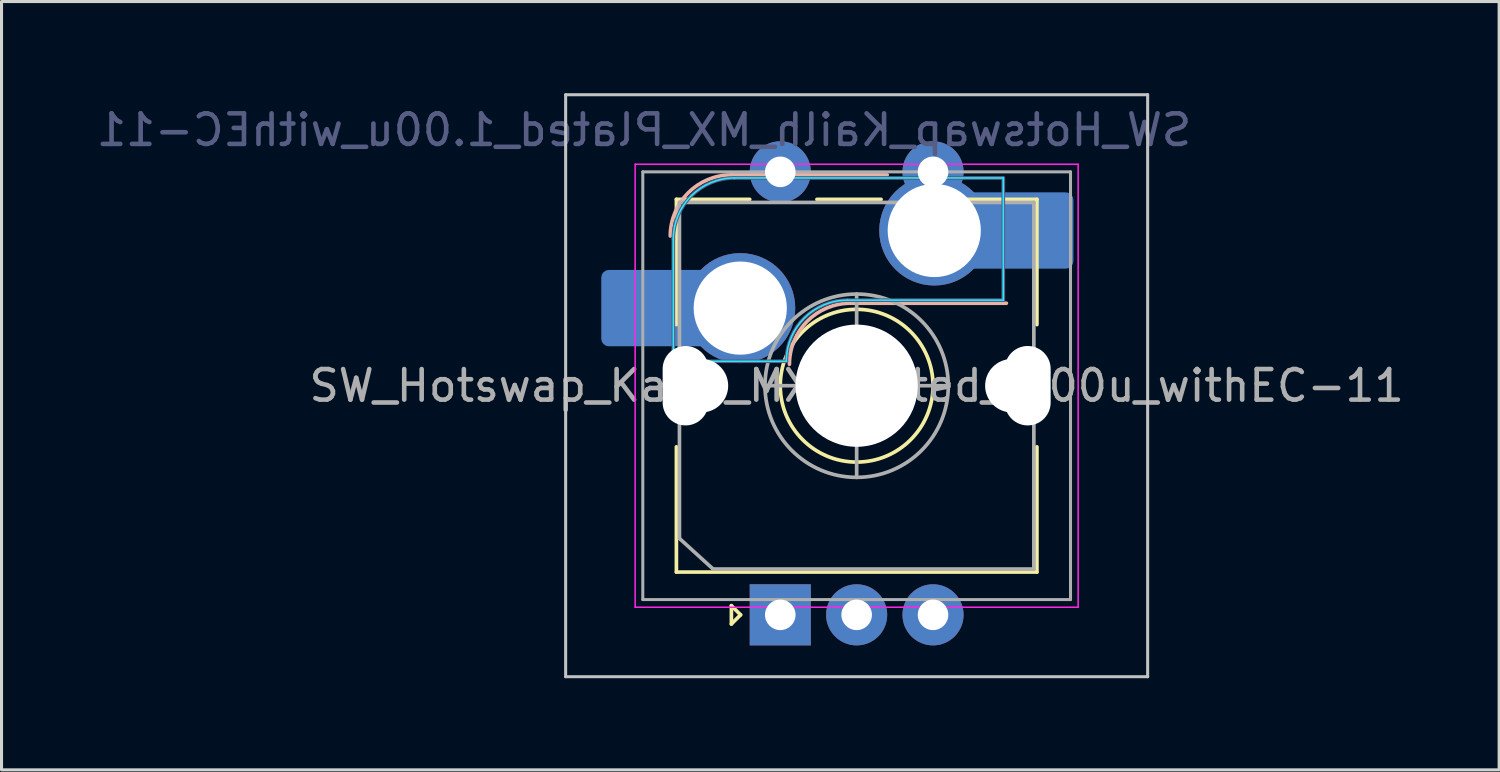
<source format=kicad_pcb>
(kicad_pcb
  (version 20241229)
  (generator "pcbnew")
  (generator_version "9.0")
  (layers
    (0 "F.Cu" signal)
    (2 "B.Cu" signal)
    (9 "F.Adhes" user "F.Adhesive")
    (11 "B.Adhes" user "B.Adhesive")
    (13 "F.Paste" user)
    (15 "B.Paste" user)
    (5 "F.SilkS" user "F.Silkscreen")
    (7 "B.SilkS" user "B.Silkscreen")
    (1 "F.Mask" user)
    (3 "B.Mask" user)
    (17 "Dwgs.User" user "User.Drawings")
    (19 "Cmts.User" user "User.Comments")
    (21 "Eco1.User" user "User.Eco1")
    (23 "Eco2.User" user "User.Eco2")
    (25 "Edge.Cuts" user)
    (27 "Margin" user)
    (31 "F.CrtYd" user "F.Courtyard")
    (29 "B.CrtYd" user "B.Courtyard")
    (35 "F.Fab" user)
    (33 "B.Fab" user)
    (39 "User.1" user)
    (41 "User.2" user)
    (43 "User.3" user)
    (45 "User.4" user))
  (footprint "SW_Hotswap_Kailh_MX_Plated_1.00u_withEC-11"
    (layer "F.Cu")
    (at 24.99 9.575)
    (property "Reference" "SW_Hotswap_Kailh_MX_Plated_1.00u_withEC-11" (at -6.96 -8.37 0) (layer "B.Fab") (effects (font (size 1 1) (thickness 0.15)) (justify mirror)))
    (attr smd)
    (fp_line (start -5.9 -6.1) (end -3.5 -6.1) (stroke (width 0.12) (type solid)) (layer "F.SilkS"))
    (fp_line (start -5.9 -2) (end -5.9 -6.1) (stroke (width 0.12) (type solid)) (layer "F.SilkS"))
    (fp_line (start -5.9 2) (end -5.9 6.1) (stroke (width 0.12) (type solid)) (layer "F.SilkS"))
    (fp_line (start -5.9 6.1) (end 5.9 6.1) (stroke (width 0.12) (type solid)) (layer "F.SilkS"))
    (fp_line (start -4.1 7.2) (end -3.8 7.5) (stroke (width 0.12) (type solid)) (layer "F.SilkS"))
    (fp_line (start -4.1 7.8) (end -4.1 7.2) (stroke (width 0.12) (type solid)) (layer "F.SilkS"))
    (fp_line (start -3.8 7.5) (end -4.1 7.8) (stroke (width 0.12) (type solid)) (layer "F.SilkS"))
    (fp_line (start -1.3 -6.1) (end 0.8 -6.1) (stroke (width 0.12) (type solid)) (layer "F.SilkS"))
    (fp_line (start 3.5 -6.1) (end 5.9 -6.1) (stroke (width 0.12) (type solid)) (layer "F.SilkS"))
    (fp_line (start 5.9 -6.1) (end 5.9 -2) (stroke (width 0.12) (type solid)) (layer "F.SilkS"))
    (fp_line (start 5.9 2) (end 5.9 6.1) (stroke (width 0.12) (type solid)) (layer "F.SilkS"))
    (fp_circle (center 0 0) (end 2.5 0.01) (stroke (width 0.12) (type solid)) (fill no) (layer "F.SilkS"))
    (fp_line (start -4.1 -6.9) (end 1 -6.9) (stroke (width 0.12) (type solid)) (layer "B.SilkS"))
    (fp_line (start -0.2 -2.7) (end 4.9 -2.7) (stroke (width 0.12) (type solid)) (layer "B.SilkS"))
    (fp_arc (start -6.1 -4.9) (mid -5.514214 -6.314214) (end -4.1 -6.9) (stroke (width 0.12) (type solid)) (layer "B.SilkS"))
    (fp_arc (start -2.2 -0.7) (mid -1.614214 -2.114214) (end -0.2 -2.7) (stroke (width 0.12) (type solid)) (layer "B.SilkS"))
    (fp_line (start -9.525 -9.525) (end -9.525 9.525) (stroke (width 0.1) (type solid)) (layer "Dwgs.User"))
    (fp_line (start -9.525 9.525) (end 9.525 9.525) (stroke (width 0.1) (type solid)) (layer "Dwgs.User"))
    (fp_line (start 9.525 -9.525) (end -9.525 -9.525) (stroke (width 0.1) (type solid)) (layer "Dwgs.User"))
    (fp_line (start 9.525 9.525) (end 9.525 -9.525) (stroke (width 0.1) (type solid)) (layer "Dwgs.User"))
    (fp_line (start -7.8 -6) (end -7 -6) (stroke (width 0.1) (type solid)) (layer "Eco1.User"))
    (fp_line (start -7.8 -2.9) (end -7.8 -6) (stroke (width 0.1) (type solid)) (layer "Eco1.User"))
    (fp_line (start -7.8 2.9) (end -7 2.9) (stroke (width 0.1) (type solid)) (layer "Eco1.User"))
    (fp_line (start -7.8 6) (end -7.8 2.9) (stroke (width 0.1) (type solid)) (layer "Eco1.User"))
    (fp_line (start -7 -7) (end 7 -7) (stroke (width 0.1) (type solid)) (layer "Eco1.User"))
    (fp_line (start -7 -6) (end -7 -7) (stroke (width 0.1) (type solid)) (layer "Eco1.User"))
    (fp_line (start -7 -2.9) (end -7.8 -2.9) (stroke (width 0.1) (type solid)) (layer "Eco1.User"))
    (fp_line (start -7 2.9) (end -7 -2.9) (stroke (width 0.1) (type solid)) (layer "Eco1.User"))
    (fp_line (start -7 6) (end -7.8 6) (stroke (width 0.1) (type solid)) (layer "Eco1.User"))
    (fp_line (start -7 7) (end -7 6) (stroke (width 0.1) (type solid)) (layer "Eco1.User"))
    (fp_line (start 7 -7) (end 7 -6) (stroke (width 0.1) (type solid)) (layer "Eco1.User"))
    (fp_line (start 7 -6) (end 7.8 -6) (stroke (width 0.1) (type solid)) (layer "Eco1.User"))
    (fp_line (start 7 -2.9) (end 7 2.9) (stroke (width 0.1) (type solid)) (layer "Eco1.User"))
    (fp_line (start 7 2.9) (end 7.8 2.9) (stroke (width 0.1) (type solid)) (layer "Eco1.User"))
    (fp_line (start 7 6) (end 7 7) (stroke (width 0.1) (type solid)) (layer "Eco1.User"))
    (fp_line (start 7 7) (end -7 7) (stroke (width 0.1) (type solid)) (layer "Eco1.User"))
    (fp_line (start 7.8 -6) (end 7.8 -2.9) (stroke (width 0.1) (type solid)) (layer "Eco1.User"))
    (fp_line (start 7.8 -2.9) (end 7 -2.9) (stroke (width 0.1) (type solid)) (layer "Eco1.User"))
    (fp_line (start 7.8 2.9) (end 7.8 6) (stroke (width 0.1) (type solid)) (layer "Eco1.User"))
    (fp_line (start 7.8 6) (end 7 6) (stroke (width 0.1) (type solid)) (layer "Eco1.User"))
    (fp_line (start -6 -0.8) (end -6 -4.8) (stroke (width 0.05) (type solid)) (layer "B.CrtYd"))
    (fp_line (start -6 -0.8) (end -2.3 -0.8) (stroke (width 0.05) (type solid)) (layer "B.CrtYd"))
    (fp_line (start -4 -6.8) (end 4.8 -6.8) (stroke (width 0.05) (type solid)) (layer "B.CrtYd"))
    (fp_line (start -0.3 -2.8) (end 4.8 -2.8) (stroke (width 0.05) (type solid)) (layer "B.CrtYd"))
    (fp_line (start 4.8 -6.8) (end 4.8 -2.8) (stroke (width 0.05) (type solid)) (layer "B.CrtYd"))
    (fp_arc (start -6 -4.8) (mid -5.414214 -6.214214) (end -4 -6.8) (stroke (width 0.05) (type solid)) (layer "B.CrtYd"))
    (fp_arc (start -2.3 -0.8) (mid -1.714214 -2.214214) (end -0.3 -2.8) (stroke (width 0.05) (type solid)) (layer "B.CrtYd"))
    (fp_line (start -7.25 -7.25) (end -7.25 7.25) (stroke (width 0.05) (type solid)) (layer "F.CrtYd"))
    (fp_line (start -7.25 7.25) (end 7.25 7.25) (stroke (width 0.05) (type solid)) (layer "F.CrtYd"))
    (fp_line (start 7.25 -7.25) (end -7.25 -7.25) (stroke (width 0.05) (type solid)) (layer "F.CrtYd"))
    (fp_line (start 7.25 7.25) (end 7.25 -7.25) (stroke (width 0.05) (type solid)) (layer "F.CrtYd"))
    (fp_line (start -6 -0.8) (end -6 -4.8) (stroke (width 0.12) (type solid)) (layer "B.Fab"))
    (fp_line (start -6 -0.8) (end -2.3 -0.8) (stroke (width 0.12) (type solid)) (layer "B.Fab"))
    (fp_line (start -4 -6.8) (end 4.8 -6.8) (stroke (width 0.12) (type solid)) (layer "B.Fab"))
    (fp_line (start -0.3 -2.8) (end 4.8 -2.8) (stroke (width 0.12) (type solid)) (layer "B.Fab"))
    (fp_line (start 4.8 -6.8) (end 4.8 -2.8) (stroke (width 0.12) (type solid)) (layer "B.Fab"))
    (fp_arc (start -6 -4.8) (mid -5.414214 -6.214214) (end -4 -6.8) (stroke (width 0.12) (type solid)) (layer "B.Fab"))
    (fp_arc (start -2.3 -0.8) (mid -1.714214 -2.214214) (end -0.3 -2.8) (stroke (width 0.12) (type solid)) (layer "B.Fab"))
    (fp_line (start -7 -7) (end -7 7) (stroke (width 0.1) (type solid)) (layer "F.Fab"))
    (fp_line (start -7 7) (end 7 7) (stroke (width 0.1) (type solid)) (layer "F.Fab"))
    (fp_line (start -5.8 -6) (end 5.8 -6) (stroke (width 0.12) (type solid)) (layer "F.Fab"))
    (fp_line (start -5.8 5) (end -5.8 -6) (stroke (width 0.12) (type solid)) (layer "F.Fab"))
    (fp_line (start -4.7 6) (end -5.8 5) (stroke (width 0.12) (type solid)) (layer "F.Fab"))
    (fp_line (start -3 0) (end 3 0) (stroke (width 0.12) (type solid)) (layer "F.Fab"))
    (fp_line (start 0 3) (end 0 -3) (stroke (width 0.12) (type solid)) (layer "F.Fab"))
    (fp_line (start 5.8 -6) (end 5.8 6) (stroke (width 0.12) (type solid)) (layer "F.Fab"))
    (fp_line (start 5.8 6) (end -4.7 6) (stroke (width 0.12) (type solid)) (layer "F.Fab"))
    (fp_line (start 7 -7) (end -7 -7) (stroke (width 0.1) (type solid)) (layer "F.Fab"))
    (fp_line (start 7 7) (end 7 -7) (stroke (width 0.1) (type solid)) (layer "F.Fab"))
    (fp_circle (center 0 0) (end 0 -3) (stroke (width 0.12) (type solid)) (fill no) (layer "F.Fab"))
    (fp_text user "${REFERENCE}" (at 0 0 0) (layer "F.Fab") (effects (font (size 1 1) (thickness 0.15))))
    (pad "" smd roundrect (at -7.085 -2.54) (size 2.55 2.5) (layers "B.Mask" "B.Paste") (roundrect_rratio 0.1))
    (pad "" np_thru_hole oval (at -5.6 0 90) (size 2.6 1.5) (drill oval 2.6 1.5) (layers "*.Cu" "*.Mask"))
    (pad "" np_thru_hole circle (at -5.08 0) (size 1.75 1.75) (drill 1.75) (layers "*.Cu" "*.Mask"))
    (pad "" np_thru_hole circle (at 0 0) (size 4 4) (drill 4) (layers "*.Cu" "*.Mask"))
    (pad "" np_thru_hole circle (at 5.08 0) (size 1.75 1.75) (drill 1.75) (layers "*.Cu" "*.Mask"))
    (pad "" np_thru_hole oval (at 5.6 0 90) (size 2.6 1.5) (drill oval 2.6 1.5) (layers "*.Cu" "*.Mask"))
    (pad "" smd roundrect (at 5.842 -5.08) (size 2.55 2.5) (layers "B.Mask" "B.Paste") (roundrect_rratio 0.1))
    (pad "A" thru_hole rect (at -2.5 7.5 90) (size 2 2) (drill 1) (layers "*.Cu" "*.Mask"))
    (pad "B" thru_hole circle (at 2.5 7.5 90) (size 2 2) (drill 1) (layers "*.Cu" "*.Mask"))
    (pad "C" thru_hole circle (at 0 7.5 90) (size 2 2) (drill 1) (layers "*.Cu" "*.Mask"))
    (pad "S1" thru_hole circle (at 2.5 -7 90) (size 2 2) (drill 1) (layers "*.Cu" "*.Mask"))
    (pad "S1" thru_hole circle (at 2.54 -5.08) (size 3.6 3.6) (drill 3.05) (layers "*.Cu" "*.Mask"))
    (pad "S1" smd roundrect (at 5.32 -5.08) (size 3.55 2.5) (layers "B.Cu") (roundrect_rratio 0.1))
    (pad "S2" smd roundrect (at -6.585 -2.54) (size 3.55 2.5) (layers "B.Cu") (roundrect_rratio 0.1))
    (pad "S2" thru_hole circle (at -3.81 -2.54) (size 3.6 3.6) (drill 3.05) (layers "*.Cu" "*.Mask"))
    (pad "S2" thru_hole circle (at -2.5 -7 90) (size 2 2) (drill 1) (layers "*.Cu" "*.Mask")))
  (gr_rect
    (start -3 -3)
    (end 46.02 22.15)
    (stroke (width 0.1) (type default))
    (fill no)
    (layer "Edge.Cuts")))
</source>
